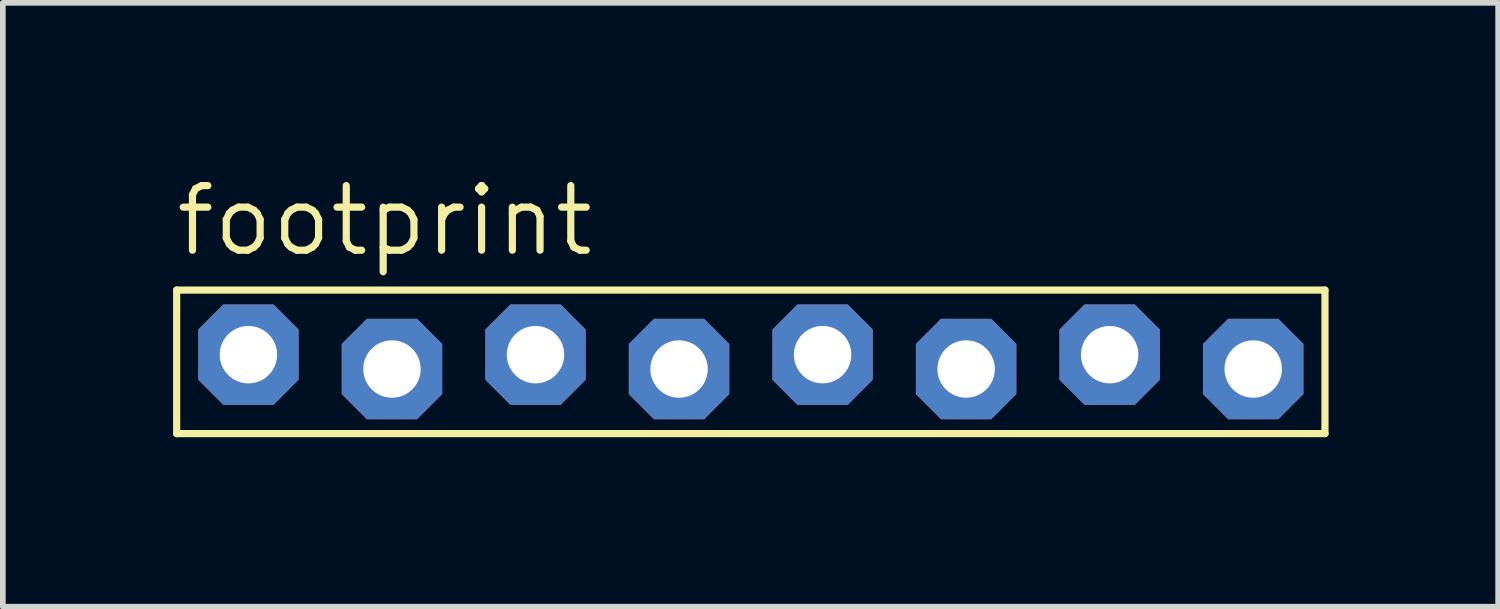
<source format=kicad_pcb>
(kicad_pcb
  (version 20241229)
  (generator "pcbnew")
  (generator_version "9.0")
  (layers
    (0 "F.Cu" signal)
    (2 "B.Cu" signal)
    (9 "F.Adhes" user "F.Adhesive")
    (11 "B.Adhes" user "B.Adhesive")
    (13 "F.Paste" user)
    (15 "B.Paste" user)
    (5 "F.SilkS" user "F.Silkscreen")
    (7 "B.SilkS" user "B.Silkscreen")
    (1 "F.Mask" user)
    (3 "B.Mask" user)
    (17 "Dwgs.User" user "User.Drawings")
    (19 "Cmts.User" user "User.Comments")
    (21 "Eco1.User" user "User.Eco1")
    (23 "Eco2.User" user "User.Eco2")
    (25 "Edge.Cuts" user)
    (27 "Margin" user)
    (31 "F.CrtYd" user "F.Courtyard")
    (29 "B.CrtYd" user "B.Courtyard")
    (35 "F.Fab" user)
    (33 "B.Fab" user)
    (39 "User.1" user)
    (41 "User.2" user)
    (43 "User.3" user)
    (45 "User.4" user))
  (footprint "footprint"
    (layer "F.Cu")
    (at 10.236 3.353)
    (property "Reference" "footprint" (at -10.236 -1.829 0) (layer "F.SilkS") (effects (font (size 1.143 1.143) (thickness 0.127)) (justify left bottom)))
    (fp_line (start -10.16 -1.27) (end 10.16 -1.27) (stroke (width 0.127) (type solid)) (layer "F.SilkS"))
    (fp_line (start -10.16 1.27) (end -10.16 -1.27) (stroke (width 0.127) (type solid)) (layer "F.SilkS"))
    (fp_line (start 10.16 -1.27) (end 10.16 1.27) (stroke (width 0.127) (type solid)) (layer "F.SilkS"))
    (fp_line (start 10.16 1.27) (end -10.16 1.27) (stroke (width 0.127) (type solid)) (layer "F.SilkS"))
    (fp_poly (pts (xy -9.144 0.254) (xy -8.636 0.254) (xy -8.636 -0.254) (xy -9.144 -0.254)) (stroke (width 0.1) (type solid)) (fill no) (layer "F.Fab"))
    (fp_poly (pts (xy -6.604 0.254) (xy -6.096 0.254) (xy -6.096 -0.254) (xy -6.604 -0.254)) (stroke (width 0.1) (type solid)) (fill no) (layer "F.Fab"))
    (fp_poly (pts (xy -4.064 0.254) (xy -3.556 0.254) (xy -3.556 -0.254) (xy -4.064 -0.254)) (stroke (width 0.1) (type solid)) (fill no) (layer "F.Fab"))
    (fp_poly (pts (xy -1.524 0.254) (xy -1.016 0.254) (xy -1.016 -0.254) (xy -1.524 -0.254)) (stroke (width 0.1) (type solid)) (fill no) (layer "F.Fab"))
    (fp_poly (pts (xy 1.016 0.254) (xy 1.524 0.254) (xy 1.524 -0.254) (xy 1.016 -0.254)) (stroke (width 0.1) (type solid)) (fill no) (layer "F.Fab"))
    (fp_poly (pts (xy 3.556 0.254) (xy 4.064 0.254) (xy 4.064 -0.254) (xy 3.556 -0.254)) (stroke (width 0.1) (type solid)) (fill no) (layer "F.Fab"))
    (fp_poly (pts (xy 6.096 0.254) (xy 6.604 0.254) (xy 6.604 -0.254) (xy 6.096 -0.254)) (stroke (width 0.1) (type solid)) (fill no) (layer "F.Fab"))
    (fp_poly (pts (xy 8.636 0.254) (xy 9.144 0.254) (xy 9.144 -0.254) (xy 8.636 -0.254)) (stroke (width 0.1) (type solid)) (fill no) (layer "F.Fab"))
    (pad "1" thru_hole roundrect (at -8.89 -0.127 90) (size 1.778 1.778) (drill 1.016) (layers "*.Cu" "*.Mask") (roundrect_rratio 0.25) (chamfer_ratio 0.25) (chamfer top_left top_right bottom_left bottom_right))
    (pad "2" thru_hole roundrect (at -6.35 0.127 90) (size 1.778 1.778) (drill 1.016) (layers "*.Cu" "*.Mask") (roundrect_rratio 0.25) (chamfer_ratio 0.25) (chamfer top_left top_right bottom_left bottom_right))
    (pad "3" thru_hole roundrect (at -3.81 -0.127 90) (size 1.778 1.778) (drill 1.016) (layers "*.Cu" "*.Mask") (roundrect_rratio 0.25) (chamfer_ratio 0.25) (chamfer top_left top_right bottom_left bottom_right))
    (pad "4" thru_hole roundrect (at -1.27 0.127 90) (size 1.778 1.778) (drill 1.016) (layers "*.Cu" "*.Mask") (roundrect_rratio 0.25) (chamfer_ratio 0.25) (chamfer top_left top_right bottom_left bottom_right))
    (pad "5" thru_hole roundrect (at 1.27 -0.127 90) (size 1.778 1.778) (drill 1.016) (layers "*.Cu" "*.Mask") (roundrect_rratio 0.25) (chamfer_ratio 0.25) (chamfer top_left top_right bottom_left bottom_right))
    (pad "6" thru_hole roundrect (at 3.81 0.127 90) (size 1.778 1.778) (drill 1.016) (layers "*.Cu" "*.Mask") (roundrect_rratio 0.25) (chamfer_ratio 0.25) (chamfer top_left top_right bottom_left bottom_right))
    (pad "7" thru_hole roundrect (at 6.35 -0.127 90) (size 1.778 1.778) (drill 1.016) (layers "*.Cu" "*.Mask") (roundrect_rratio 0.25) (chamfer_ratio 0.25) (chamfer top_left top_right bottom_left bottom_right))
    (pad "8" thru_hole roundrect (at 8.89 0.127 90) (size 1.778 1.778) (drill 1.016) (layers "*.Cu" "*.Mask") (roundrect_rratio 0.25) (chamfer_ratio 0.25) (chamfer top_left top_right bottom_left bottom_right)))
  (gr_rect
    (start -3 -3)
    (end 23.46 7.686)
    (stroke (width 0.1) (type default))
    (fill no)
    (layer "Edge.Cuts")))
</source>
